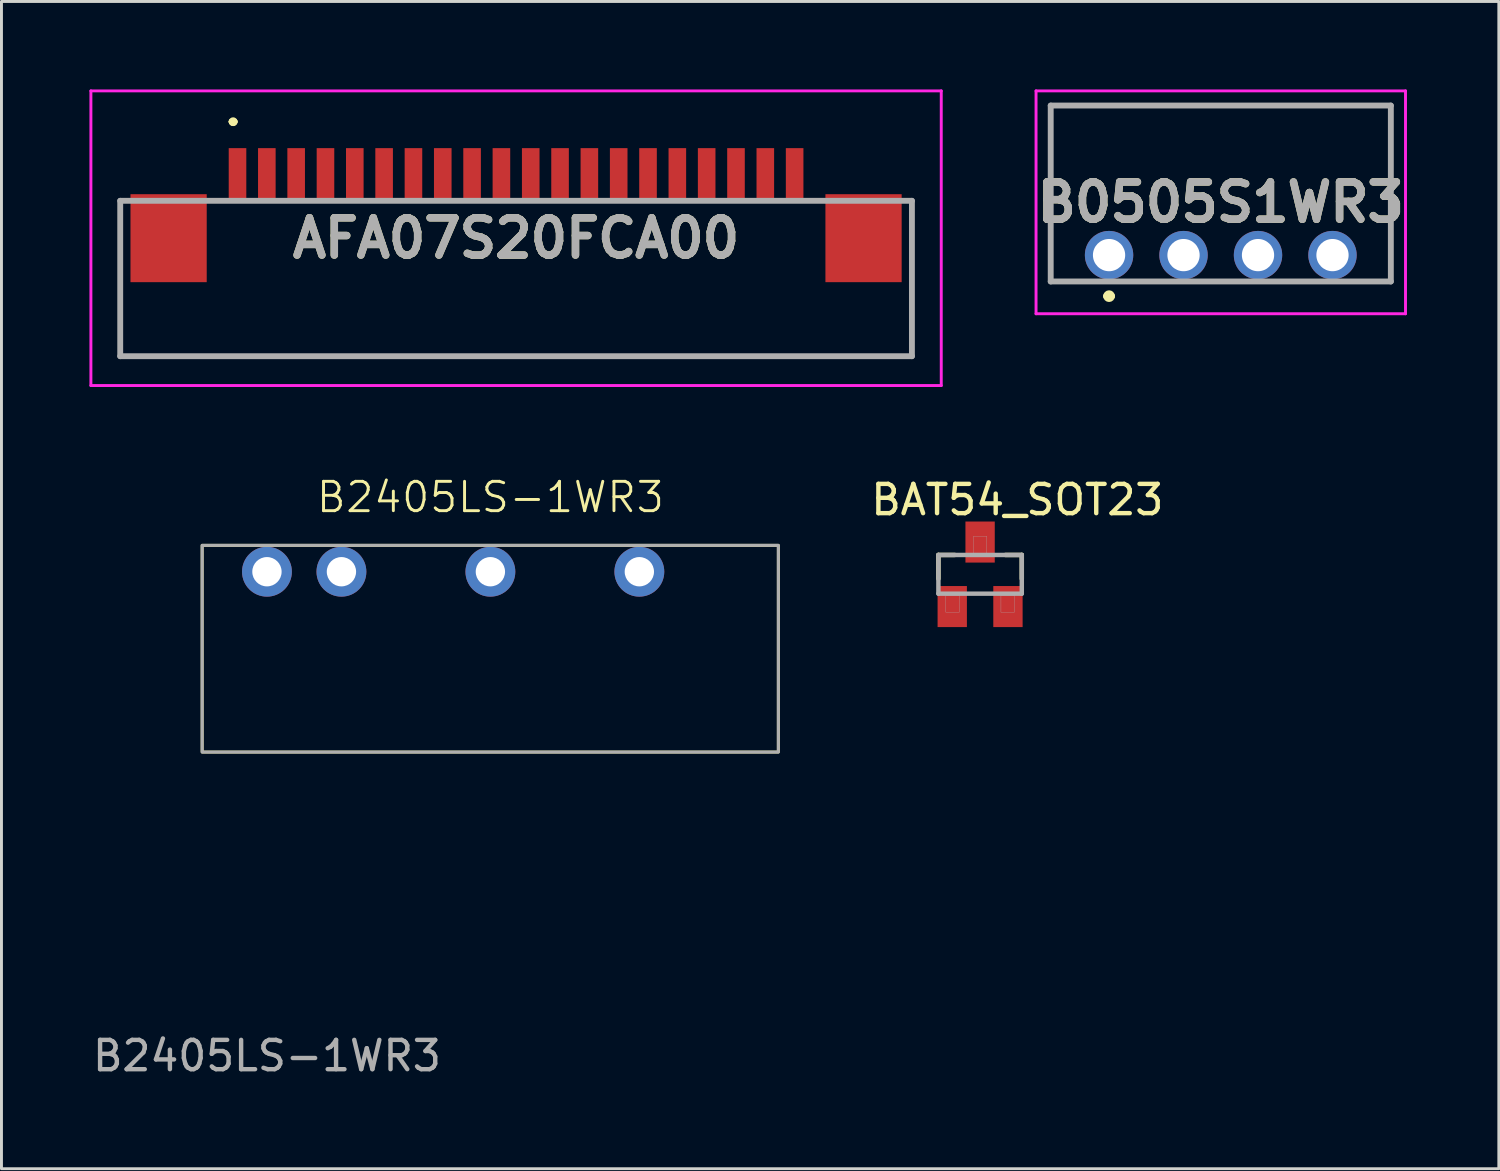
<source format=kicad_pcb>
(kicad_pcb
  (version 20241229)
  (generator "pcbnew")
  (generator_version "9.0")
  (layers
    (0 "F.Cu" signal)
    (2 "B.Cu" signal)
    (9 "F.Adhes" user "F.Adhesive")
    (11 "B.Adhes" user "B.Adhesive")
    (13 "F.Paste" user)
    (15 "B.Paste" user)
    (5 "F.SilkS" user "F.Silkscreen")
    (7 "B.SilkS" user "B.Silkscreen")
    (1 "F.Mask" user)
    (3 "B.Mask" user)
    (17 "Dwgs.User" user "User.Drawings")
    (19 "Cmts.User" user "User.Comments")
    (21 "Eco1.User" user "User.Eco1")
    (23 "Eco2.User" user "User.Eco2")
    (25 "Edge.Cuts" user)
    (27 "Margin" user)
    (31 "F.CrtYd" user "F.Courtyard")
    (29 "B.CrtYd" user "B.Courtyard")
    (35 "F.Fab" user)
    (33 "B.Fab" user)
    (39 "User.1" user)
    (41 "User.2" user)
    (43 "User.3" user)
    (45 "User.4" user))
  (footprint "AFA07S20FCA00"
    (layer "F.Cu")
    (at 14.55 6.448)
    (property "Reference" "AFA07S20FCA00" (at 0 -1.374 0) (layer "F.SilkS") (effects (font (size 1.27 1.27) (thickness 0.254))))
    (attr smd)
    (fp_line (start -13.5 0.802) (end -13.5 0.802) (stroke (width 0.1) (type solid)) (layer "F.SilkS"))
    (fp_line (start -13.5 0.802) (end -13.5 2.65) (stroke (width 0.1) (type solid)) (layer "F.SilkS"))
    (fp_line (start -13.5 2.65) (end -13.5 0.802) (stroke (width 0.1) (type solid)) (layer "F.SilkS"))
    (fp_line (start -13.5 2.65) (end -13.5 2.65) (stroke (width 0.1) (type solid)) (layer "F.SilkS"))
    (fp_line (start -13.5 2.65) (end -13.5 2.65) (stroke (width 0.1) (type solid)) (layer "F.SilkS"))
    (fp_line (start -13.5 2.65) (end 13.5 2.65) (stroke (width 0.1) (type solid)) (layer "F.SilkS"))
    (fp_line (start -9.7 -5.348) (end -9.7 -5.348) (stroke (width 0.2) (type solid)) (layer "F.SilkS"))
    (fp_line (start -9.7 -5.348) (end -9.7 -5.348) (stroke (width 0.2) (type solid)) (layer "F.SilkS"))
    (fp_line (start -9.6 -5.348) (end -9.6 -5.348) (stroke (width 0.2) (type solid)) (layer "F.SilkS"))
    (fp_line (start 13.5 0.802) (end 13.5 0.802) (stroke (width 0.1) (type solid)) (layer "F.SilkS"))
    (fp_line (start 13.5 0.802) (end 13.5 2.65) (stroke (width 0.1) (type solid)) (layer "F.SilkS"))
    (fp_line (start 13.5 2.65) (end -13.5 2.65) (stroke (width 0.1) (type solid)) (layer "F.SilkS"))
    (fp_line (start 13.5 2.65) (end 13.5 0.802) (stroke (width 0.1) (type solid)) (layer "F.SilkS"))
    (fp_line (start 13.5 2.65) (end 13.5 2.65) (stroke (width 0.1) (type solid)) (layer "F.SilkS"))
    (fp_line (start 13.5 2.65) (end 13.5 2.65) (stroke (width 0.1) (type solid)) (layer "F.SilkS"))
    (fp_arc (start -9.7 -5.348) (mid -9.65 -5.398) (end -9.6 -5.348) (stroke (width 0.2) (type solid)) (layer "F.SilkS"))
    (fp_arc (start -9.6 -5.348) (mid -9.65 -5.298) (end -9.7 -5.348) (stroke (width 0.2) (type solid)) (layer "F.SilkS"))
    (fp_arc (start -9.6 -5.348) (mid -9.65 -5.298) (end -9.7 -5.348) (stroke (width 0.2) (type solid)) (layer "F.SilkS"))
    (fp_line (start -14.5 -6.398) (end 14.5 -6.398) (stroke (width 0.1) (type solid)) (layer "F.CrtYd"))
    (fp_line (start -14.5 3.65) (end -14.5 -6.398) (stroke (width 0.1) (type solid)) (layer "F.CrtYd"))
    (fp_line (start 14.5 -6.398) (end 14.5 3.65) (stroke (width 0.1) (type solid)) (layer "F.CrtYd"))
    (fp_line (start 14.5 3.65) (end -14.5 3.65) (stroke (width 0.1) (type solid)) (layer "F.CrtYd"))
    (fp_line (start -13.5 -2.65) (end -13.5 2.65) (stroke (width 0.2) (type solid)) (layer "F.Fab"))
    (fp_line (start -13.5 2.65) (end 13.5 2.65) (stroke (width 0.2) (type solid)) (layer "F.Fab"))
    (fp_line (start 13.5 -2.65) (end -13.5 -2.65) (stroke (width 0.2) (type solid)) (layer "F.Fab"))
    (fp_line (start 13.5 2.65) (end 13.5 -2.65) (stroke (width 0.2) (type solid)) (layer "F.Fab"))
    (fp_text user "${REFERENCE}" (at 0 -1.374 0) (layer "F.Fab") (effects (font (size 1.27 1.27) (thickness 0.254))))
    (pad "1" smd rect (at -9.5 -3.546) (size 0.6 1.8) (layers "F.Cu" "F.Mask" "F.Paste"))
    (pad "2" smd rect (at -8.5 -3.546) (size 0.6 1.8) (layers "F.Cu" "F.Mask" "F.Paste"))
    (pad "3" smd rect (at -7.5 -3.546) (size 0.6 1.8) (layers "F.Cu" "F.Mask" "F.Paste"))
    (pad "4" smd rect (at -6.5 -3.546) (size 0.6 1.8) (layers "F.Cu" "F.Mask" "F.Paste"))
    (pad "5" smd rect (at -5.5 -3.546) (size 0.6 1.8) (layers "F.Cu" "F.Mask" "F.Paste"))
    (pad "6" smd rect (at -4.5 -3.546) (size 0.6 1.8) (layers "F.Cu" "F.Mask" "F.Paste"))
    (pad "7" smd rect (at -3.5 -3.546) (size 0.6 1.8) (layers "F.Cu" "F.Mask" "F.Paste"))
    (pad "8" smd rect (at -2.5 -3.546) (size 0.6 1.8) (layers "F.Cu" "F.Mask" "F.Paste"))
    (pad "9" smd rect (at -1.5 -3.546) (size 0.6 1.8) (layers "F.Cu" "F.Mask" "F.Paste"))
    (pad "10" smd rect (at -0.5 -3.546) (size 0.6 1.8) (layers "F.Cu" "F.Mask" "F.Paste"))
    (pad "11" smd rect (at 0.5 -3.546) (size 0.6 1.8) (layers "F.Cu" "F.Mask" "F.Paste"))
    (pad "12" smd rect (at 1.5 -3.546) (size 0.6 1.8) (layers "F.Cu" "F.Mask" "F.Paste"))
    (pad "13" smd rect (at 2.5 -3.546) (size 0.6 1.8) (layers "F.Cu" "F.Mask" "F.Paste"))
    (pad "14" smd rect (at 3.5 -3.546) (size 0.6 1.8) (layers "F.Cu" "F.Mask" "F.Paste"))
    (pad "15" smd rect (at 4.5 -3.546) (size 0.6 1.8) (layers "F.Cu" "F.Mask" "F.Paste"))
    (pad "16" smd rect (at 5.5 -3.546) (size 0.6 1.8) (layers "F.Cu" "F.Mask" "F.Paste"))
    (pad "17" smd rect (at 6.5 -3.546) (size 0.6 1.8) (layers "F.Cu" "F.Mask" "F.Paste"))
    (pad "18" smd rect (at 7.5 -3.546) (size 0.6 1.8) (layers "F.Cu" "F.Mask" "F.Paste"))
    (pad "19" smd rect (at 8.5 -3.546) (size 0.6 1.8) (layers "F.Cu" "F.Mask" "F.Paste"))
    (pad "20" smd rect (at 9.5 -3.546) (size 0.6 1.8) (layers "F.Cu" "F.Mask" "F.Paste"))
    (pad "MP1" smd rect (at -11.85 -1.375) (size 2.6 3) (layers "F.Cu" "F.Mask" "F.Paste"))
    (pad "MP2" smd rect (at 11.85 -1.375) (size 2.6 3) (layers "F.Cu" "F.Mask" "F.Paste")))
  (footprint "B2405LS-1WR3"
    (layer "F.Cu")
    (at 13.674 16.448)
    (property "Reference" "B2405LS-1WR3" (at 0 -2.54 0) (unlocked yes) (layer "F.SilkS") (effects (font (size 1 1) (thickness 0.1))))
    (attr through_hole)
    (fp_rect (start -9.83 -0.9) (end 9.82 6.15) (stroke (width 0.1) (type default)) (fill no) (layer "F.SilkS"))
    (fp_rect (start -9.83 -0.9) (end 9.82 6.15) (stroke (width 0.1) (type default)) (fill no) (layer "F.Fab"))
    (fp_text user "${REFERENCE}" (at -7.62 16.51 0) (unlocked yes) (layer "F.Fab") (effects (font (size 1 1) (thickness 0.15))))
    (pad "1" thru_hole circle (at -7.62 0) (size 1.7 1.7) (drill 1) (layers "*.Cu" "*.Mask"))
    (pad "2" thru_hole circle (at -5.08 0) (size 1.7 1.7) (drill 1) (layers "*.Cu" "*.Mask"))
    (pad "4" thru_hole circle (at 0 0) (size 1.7 1.7) (drill 1) (layers "*.Cu" "*.Mask"))
    (pad "6" thru_hole circle (at 5.08 0) (size 1.7 1.7) (drill 1) (layers "*.Cu" "*.Mask")))
  (footprint "BAT54_SOT23"
    (layer "F.Cu")
    (at 30.375 16.536)
    (property "Reference" "BAT54_SOT23" (at 1.27 -2.54 0) (layer "F.SilkS") (effects (font (size 1 1) (thickness 0.15))))
    (attr smd)
    (fp_line (start -1.422 -0.66) (end -0.864 -0.66) (stroke (width 0.152) (type solid)) (layer "F.SilkS"))
    (fp_line (start -1.422 0.152) (end -1.422 -0.66) (stroke (width 0.152) (type solid)) (layer "F.SilkS"))
    (fp_line (start 0.864 -0.66) (end 1.422 -0.66) (stroke (width 0.152) (type solid)) (layer "F.SilkS"))
    (fp_line (start 1.422 -0.66) (end 1.422 0.152) (stroke (width 0.152) (type solid)) (layer "F.SilkS"))
    (fp_line (start -1.422 -0.66) (end 1.422 -0.66) (stroke (width 0.152) (type solid)) (layer "F.Fab"))
    (fp_line (start -1.422 0.66) (end -1.422 -0.66) (stroke (width 0.152) (type solid)) (layer "F.Fab"))
    (fp_line (start 1.422 -0.66) (end 1.422 0.66) (stroke (width 0.152) (type solid)) (layer "F.Fab"))
    (fp_line (start 1.422 0.66) (end -1.422 0.66) (stroke (width 0.152) (type solid)) (layer "F.Fab"))
    (fp_poly (pts (xy -1.168 0.711) (xy -0.711 0.711) (xy -0.711 1.295) (xy -1.168 1.295)) (stroke (width 0.01) (type solid)) (fill no) (layer "F.Fab"))
    (fp_poly (pts (xy -0.229 -1.295) (xy 0.229 -1.295) (xy 0.229 -0.711) (xy -0.229 -0.711)) (stroke (width 0.01) (type solid)) (fill no) (layer "F.Fab"))
    (fp_poly (pts (xy 0.711 0.711) (xy 1.168 0.711) (xy 1.168 1.295) (xy 0.711 1.295)) (stroke (width 0.01) (type solid)) (fill no) (layer "F.Fab"))
    (pad "1" smd rect (at -0.95 1.1) (size 1 1.4) (layers "F.Cu" "F.Mask" "F.Paste"))
    (pad "2" smd rect (at 0.95 1.1) (size 1 1.4) (layers "F.Cu" "F.Mask" "F.Paste"))
    (pad "3" smd rect (at 0 -1.1) (size 1 1.4) (layers "F.Cu" "F.Mask" "F.Paste")))
  (footprint "B0505S1WR3"
    (layer "F.Cu")
    (at 34.773 5.65)
    (property "Reference" "B0505S1WR3" (at 3.81 -1.8 0) (layer "F.SilkS") (effects (font (size 1.27 1.27) (thickness 0.254))))
    (attr through_hole)
    (fp_line (start -2 0.9) (end -1.5 0.9) (stroke (width 0.1) (type solid)) (layer "F.SilkS"))
    (fp_line (start -1.99 -5.1) (end -2 0.9) (stroke (width 0.1) (type solid)) (layer "F.SilkS"))
    (fp_line (start -0.1 1.4) (end -0.1 1.4) (stroke (width 0.2) (type solid)) (layer "F.SilkS"))
    (fp_line (start 0.1 1.4) (end 0.1 1.4) (stroke (width 0.2) (type solid)) (layer "F.SilkS"))
    (fp_line (start 3.4 0.9) (end 4.2 0.9) (stroke (width 0.1) (type solid)) (layer "F.SilkS"))
    (fp_line (start 9 0.9) (end 9.61 0.9) (stroke (width 0.1) (type solid)) (layer "F.SilkS"))
    (fp_line (start 9.61 -5.1) (end -1.99 -5.1) (stroke (width 0.1) (type solid)) (layer "F.SilkS"))
    (fp_line (start 9.61 0.9) (end 9.61 -5.1) (stroke (width 0.1) (type solid)) (layer "F.SilkS"))
    (fp_arc (start -0.1 1.4) (mid 0 1.3) (end 0.1 1.4) (stroke (width 0.2) (type solid)) (layer "F.SilkS"))
    (fp_arc (start 0.1 1.4) (mid 0 1.5) (end -0.1 1.4) (stroke (width 0.2) (type solid)) (layer "F.SilkS"))
    (fp_line (start -2.49 -5.6) (end -2.49 2) (stroke (width 0.1) (type solid)) (layer "F.CrtYd"))
    (fp_line (start -2.49 2) (end 10.11 2) (stroke (width 0.1) (type solid)) (layer "F.CrtYd"))
    (fp_line (start 10.11 -5.6) (end -2.49 -5.6) (stroke (width 0.1) (type solid)) (layer "F.CrtYd"))
    (fp_line (start 10.11 2) (end 10.11 -5.6) (stroke (width 0.1) (type solid)) (layer "F.CrtYd"))
    (fp_line (start -1.99 -5.1) (end -1.99 0.9) (stroke (width 0.2) (type solid)) (layer "F.Fab"))
    (fp_line (start -1.99 0.9) (end 9.61 0.9) (stroke (width 0.2) (type solid)) (layer "F.Fab"))
    (fp_line (start 9.61 -5.1) (end -1.99 -5.1) (stroke (width 0.2) (type solid)) (layer "F.Fab"))
    (fp_line (start 9.61 0.9) (end 9.61 -5.1) (stroke (width 0.2) (type solid)) (layer "F.Fab"))
    (fp_text user "${REFERENCE}" (at 3.81 -1.8 0) (layer "F.Fab") (effects (font (size 1.27 1.27) (thickness 0.254))))
    (pad "1" thru_hole circle (at 0 0) (size 1.65 1.65) (drill 1.1) (layers "*.Cu" "*.Mask"))
    (pad "2" thru_hole circle (at 2.54 0) (size 1.65 1.65) (drill 1.1) (layers "*.Cu" "*.Mask"))
    (pad "3" thru_hole circle (at 5.08 0) (size 1.65 1.65) (drill 1.1) (layers "*.Cu" "*.Mask"))
    (pad "4" thru_hole circle (at 7.62 0) (size 1.65 1.65) (drill 1.1) (layers "*.Cu" "*.Mask")))
  (gr_rect
    (start -3 -3)
    (end 48.066 36.807)
    (stroke (width 0.1) (type default))
    (fill no)
    (layer "Edge.Cuts")))
</source>
